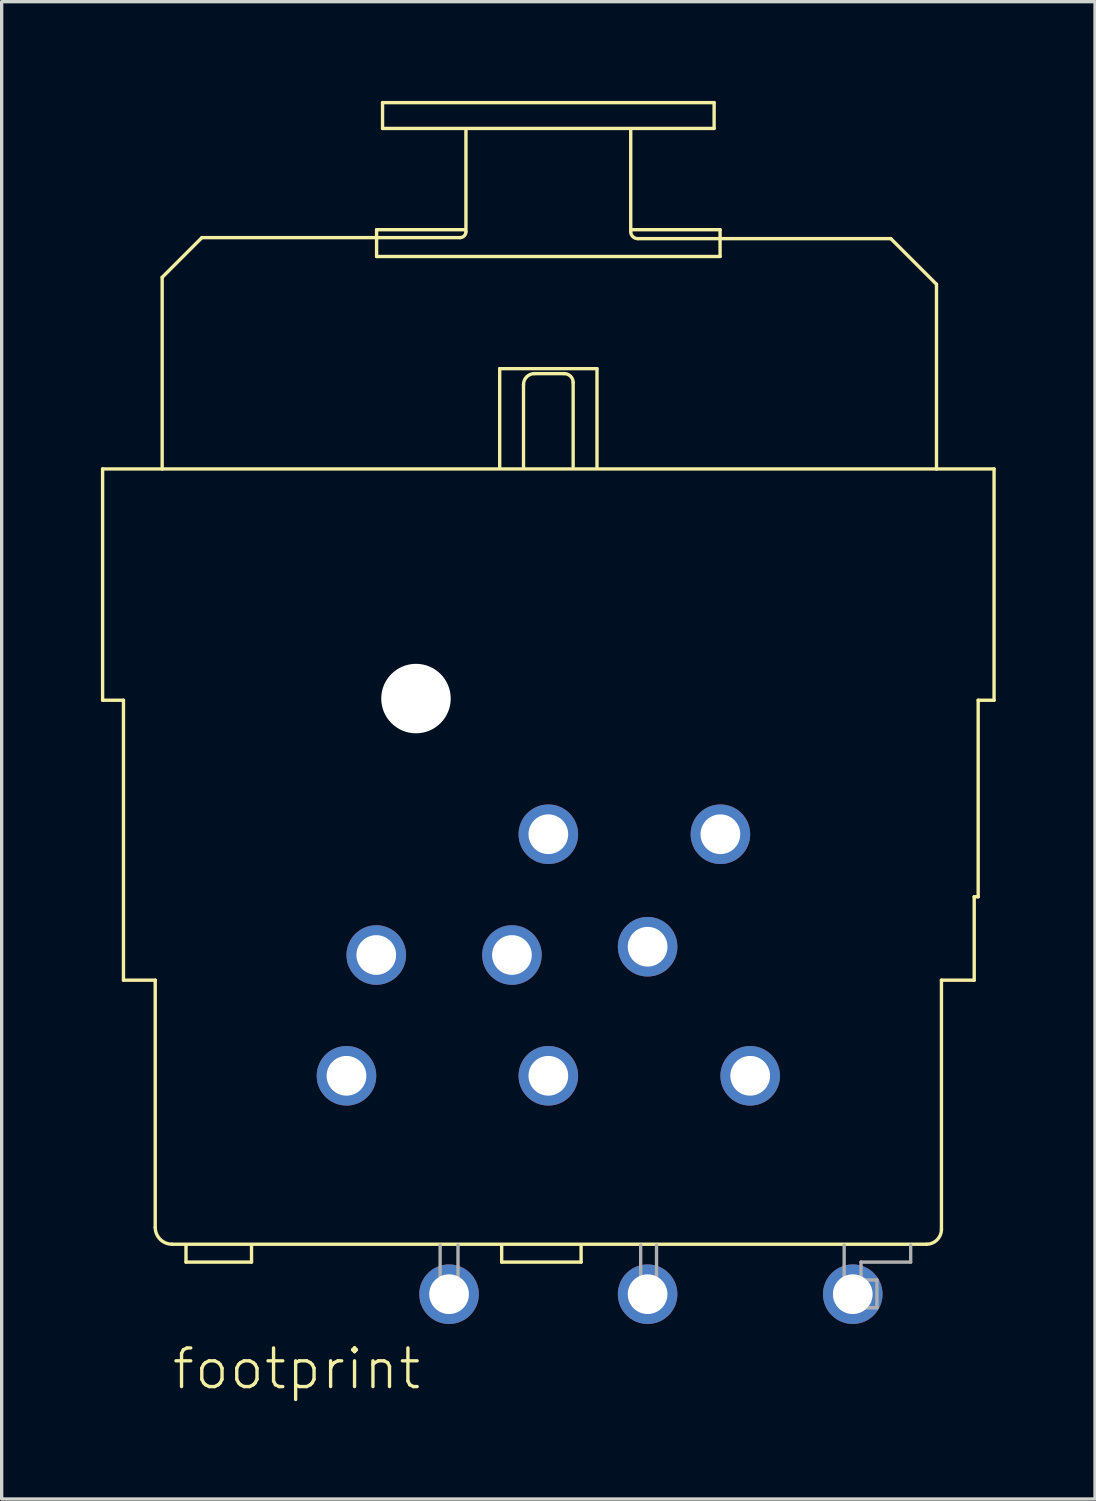
<source format=kicad_pcb>
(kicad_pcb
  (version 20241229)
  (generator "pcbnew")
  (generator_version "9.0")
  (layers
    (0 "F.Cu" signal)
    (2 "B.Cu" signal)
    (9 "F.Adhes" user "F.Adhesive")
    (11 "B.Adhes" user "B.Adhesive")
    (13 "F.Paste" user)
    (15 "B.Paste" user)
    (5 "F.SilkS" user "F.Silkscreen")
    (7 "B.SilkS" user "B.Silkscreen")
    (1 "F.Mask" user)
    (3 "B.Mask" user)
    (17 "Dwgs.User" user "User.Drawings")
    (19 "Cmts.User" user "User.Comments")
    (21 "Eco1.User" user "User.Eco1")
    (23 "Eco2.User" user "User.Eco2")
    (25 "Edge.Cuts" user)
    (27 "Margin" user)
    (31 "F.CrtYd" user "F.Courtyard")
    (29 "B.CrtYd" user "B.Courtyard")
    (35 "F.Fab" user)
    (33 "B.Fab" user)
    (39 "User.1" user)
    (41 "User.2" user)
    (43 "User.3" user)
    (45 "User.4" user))
  (footprint "footprint"
    (layer "F.Cu")
    (at 13.521 11.061)
    (property "Reference" "footprint" (at -11.43 27.94 0) (layer "F.SilkS") (effects (font (size 1.168 1.168) (thickness 0.102)) (justify left bottom)))
    (fp_line (start -13.47 0.06) (end -13.47 7.05) (stroke (width 0.102) (type solid)) (layer "F.SilkS"))
    (fp_line (start -13.47 7.05) (end -12.84 7.05) (stroke (width 0.102) (type solid)) (layer "F.SilkS"))
    (fp_line (start -12.84 7.05) (end -12.84 15.51) (stroke (width 0.102) (type solid)) (layer "F.SilkS"))
    (fp_line (start -12.84 15.51) (end -11.88 15.51) (stroke (width 0.102) (type solid)) (layer "F.SilkS"))
    (fp_line (start -11.88 15.51) (end -11.88 22.98) (stroke (width 0.102) (type solid)) (layer "F.SilkS"))
    (fp_line (start -11.67 -5.73) (end -11.67 0.06) (stroke (width 0.102) (type solid)) (layer "F.SilkS"))
    (fp_line (start -11.67 0.06) (end -13.47 0.06) (stroke (width 0.102) (type solid)) (layer "F.SilkS"))
    (fp_line (start -11.37 23.49) (end 11.43 23.49) (stroke (width 0.102) (type solid)) (layer "F.SilkS"))
    (fp_line (start -10.95 24.03) (end -10.95 23.52) (stroke (width 0.102) (type solid)) (layer "F.SilkS"))
    (fp_line (start -10.47 -6.93) (end -11.67 -5.73) (stroke (width 0.102) (type solid)) (layer "F.SilkS"))
    (fp_line (start -8.97 23.55) (end -8.97 24.03) (stroke (width 0.102) (type solid)) (layer "F.SilkS"))
    (fp_line (start -8.97 24.03) (end -10.95 24.03) (stroke (width 0.102) (type solid)) (layer "F.SilkS"))
    (fp_line (start -5.19 -7.17) (end -2.52 -7.17) (stroke (width 0.102) (type solid)) (layer "F.SilkS"))
    (fp_line (start -5.19 -6.93) (end -10.47 -6.93) (stroke (width 0.102) (type solid)) (layer "F.SilkS"))
    (fp_line (start -5.19 -6.93) (end -5.19 -7.17) (stroke (width 0.102) (type solid)) (layer "F.SilkS"))
    (fp_line (start -5.19 -6.9) (end -5.19 -6.36) (stroke (width 0.102) (type solid)) (layer "F.SilkS"))
    (fp_line (start -5.19 -6.36) (end 5.19 -6.36) (stroke (width 0.102) (type solid)) (layer "F.SilkS"))
    (fp_line (start -5.01 -11.01) (end 5.01 -11.01) (stroke (width 0.102) (type solid)) (layer "F.SilkS"))
    (fp_line (start -5.01 -10.23) (end -5.01 -11.01) (stroke (width 0.102) (type solid)) (layer "F.SilkS"))
    (fp_line (start -2.67 -6.93) (end -5.19 -6.93) (stroke (width 0.102) (type solid)) (layer "F.SilkS"))
    (fp_line (start -2.49 -10.17) (end -2.49 -7.11) (stroke (width 0.102) (type solid)) (layer "F.SilkS"))
    (fp_line (start -1.47 -2.97) (end -1.47 0.03) (stroke (width 0.102) (type solid)) (layer "F.SilkS"))
    (fp_line (start -1.41 24.03) (end -1.41 23.52) (stroke (width 0.102) (type solid)) (layer "F.SilkS"))
    (fp_line (start -0.75 -2.49) (end -0.75 0) (stroke (width 0.102) (type solid)) (layer "F.SilkS"))
    (fp_line (start 0.48 -2.82) (end -0.42 -2.82) (stroke (width 0.102) (type solid)) (layer "F.SilkS"))
    (fp_line (start 0.75 0) (end 0.75 -2.55) (stroke (width 0.102) (type solid)) (layer "F.SilkS"))
    (fp_line (start 0.99 23.55) (end 0.99 24.03) (stroke (width 0.102) (type solid)) (layer "F.SilkS"))
    (fp_line (start 0.99 24.03) (end -1.41 24.03) (stroke (width 0.102) (type solid)) (layer "F.SilkS"))
    (fp_line (start 1.47 -2.97) (end -1.47 -2.97) (stroke (width 0.102) (type solid)) (layer "F.SilkS"))
    (fp_line (start 1.47 0.03) (end 1.47 -2.97) (stroke (width 0.102) (type solid)) (layer "F.SilkS"))
    (fp_line (start 2.49 -7.11) (end 2.49 -10.17) (stroke (width 0.102) (type solid)) (layer "F.SilkS"))
    (fp_line (start 5.01 -11.01) (end 5.01 -10.23) (stroke (width 0.102) (type solid)) (layer "F.SilkS"))
    (fp_line (start 5.01 -10.23) (end -5.01 -10.23) (stroke (width 0.102) (type solid)) (layer "F.SilkS"))
    (fp_line (start 5.19 -7.17) (end 2.55 -7.17) (stroke (width 0.102) (type solid)) (layer "F.SilkS"))
    (fp_line (start 5.19 -6.9) (end 2.7 -6.9) (stroke (width 0.102) (type solid)) (layer "F.SilkS"))
    (fp_line (start 5.19 -6.9) (end 5.19 -7.17) (stroke (width 0.102) (type solid)) (layer "F.SilkS"))
    (fp_line (start 5.19 -6.36) (end 5.19 -6.87) (stroke (width 0.102) (type solid)) (layer "F.SilkS"))
    (fp_line (start 10.35 -6.9) (end 5.19 -6.9) (stroke (width 0.102) (type solid)) (layer "F.SilkS"))
    (fp_line (start 11.73 -5.52) (end 10.35 -6.9) (stroke (width 0.102) (type solid)) (layer "F.SilkS"))
    (fp_line (start 11.73 0.06) (end -11.64 0.06) (stroke (width 0.102) (type solid)) (layer "F.SilkS"))
    (fp_line (start 11.73 0.06) (end 11.73 -5.52) (stroke (width 0.102) (type solid)) (layer "F.SilkS"))
    (fp_line (start 11.88 15.51) (end 12.87 15.51) (stroke (width 0.102) (type solid)) (layer "F.SilkS"))
    (fp_line (start 11.88 23.04) (end 11.88 15.51) (stroke (width 0.102) (type solid)) (layer "F.SilkS"))
    (fp_line (start 12.87 12.99) (end 12.99 12.99) (stroke (width 0.102) (type solid)) (layer "F.SilkS"))
    (fp_line (start 12.87 15.51) (end 12.87 12.99) (stroke (width 0.102) (type solid)) (layer "F.SilkS"))
    (fp_line (start 12.99 7.05) (end 13.47 7.05) (stroke (width 0.102) (type solid)) (layer "F.SilkS"))
    (fp_line (start 12.99 12.99) (end 12.99 7.05) (stroke (width 0.102) (type solid)) (layer "F.SilkS"))
    (fp_line (start 13.47 0.06) (end 11.73 0.06) (stroke (width 0.102) (type solid)) (layer "F.SilkS"))
    (fp_line (start 13.47 7.05) (end 13.47 0.06) (stroke (width 0.102) (type solid)) (layer "F.SilkS"))
    (fp_arc (start -11.37 23.49) (mid -11.730624 23.340624) (end -11.88 22.98) (stroke (width 0.1016) (type solid)) (layer "F.SilkS"))
    (fp_arc (start -2.49 -7.11) (mid -2.542721 -6.982721) (end -2.67 -6.93) (stroke (width 0.1016) (type solid)) (layer "F.SilkS"))
    (fp_arc (start -0.75 -2.49) (mid -0.653345 -2.723345) (end -0.42 -2.82) (stroke (width 0.1016) (type solid)) (layer "F.SilkS"))
    (fp_arc (start 0.48 -2.82) (mid 0.670919 -2.740919) (end 0.75 -2.55) (stroke (width 0.1016) (type solid)) (layer "F.SilkS"))
    (fp_arc (start 2.7 -6.9) (mid 2.551508 -6.961508) (end 2.49 -7.11) (stroke (width 0.1016) (type solid)) (layer "F.SilkS"))
    (fp_arc (start 11.88 23.04) (mid 11.748198 23.358198) (end 11.43 23.49) (stroke (width 0.1016) (type solid)) (layer "F.SilkS"))
    (fp_line (start -3.27 25.41) (end -3.27 23.52) (stroke (width 0.102) (type solid)) (layer "F.Fab"))
    (fp_line (start -2.73 23.52) (end -2.73 25.41) (stroke (width 0.102) (type solid)) (layer "F.Fab"))
    (fp_line (start -2.73 25.41) (end -3.27 25.41) (stroke (width 0.102) (type solid)) (layer "F.Fab"))
    (fp_line (start 2.79 25.41) (end 2.79 23.52) (stroke (width 0.102) (type solid)) (layer "F.Fab"))
    (fp_line (start 3.27 23.52) (end 3.27 25.41) (stroke (width 0.102) (type solid)) (layer "F.Fab"))
    (fp_line (start 3.27 25.41) (end 2.79 25.41) (stroke (width 0.102) (type solid)) (layer "F.Fab"))
    (fp_line (start 8.94 23.52) (end 8.94 25.41) (stroke (width 0.102) (type solid)) (layer "F.Fab"))
    (fp_line (start 8.94 25.41) (end 9.93 25.41) (stroke (width 0.102) (type solid)) (layer "F.Fab"))
    (fp_line (start 9.45 24.03) (end 10.95 24.03) (stroke (width 0.102) (type solid)) (layer "F.Fab"))
    (fp_line (start 9.45 24.57) (end 9.45 24.03) (stroke (width 0.102) (type solid)) (layer "F.Fab"))
    (fp_line (start 9.93 24.57) (end 9.45 24.57) (stroke (width 0.102) (type solid)) (layer "F.Fab"))
    (fp_line (start 9.93 25.41) (end 9.93 24.57) (stroke (width 0.102) (type solid)) (layer "F.Fab"))
    (fp_line (start 10.95 24.03) (end 10.95 23.52) (stroke (width 0.102) (type solid)) (layer "F.Fab"))
    (pad "" np_thru_hole circle (at -4 7) (size 2.1 2.1) (drill 2.1) (layers "*.Cu" "*.Mask"))
    (pad "1" thru_hole circle (at -6.1 18.4) (size 1.8 1.8) (drill 1.2) (layers "*.Cu" "*.Mask"))
    (pad "2" thru_hole circle (at 6.1 18.4) (size 1.8 1.8) (drill 1.2) (layers "*.Cu" "*.Mask"))
    (pad "3" thru_hole circle (at 0 18.4) (size 1.8 1.8) (drill 1.2) (layers "*.Cu" "*.Mask"))
    (pad "G" thru_hole circle (at 0 11.1) (size 1.8 1.8) (drill 1.2) (layers "*.Cu" "*.Mask"))
    (pad "GN" thru_hole circle (at -1.1 14.75) (size 1.8 1.8) (drill 1.2) (layers "*.Cu" "*.Mask"))
    (pad "R" thru_hole circle (at -5.2 14.75) (size 1.8 1.8) (drill 1.2) (layers "*.Cu" "*.Mask"))
    (pad "RS" thru_hole circle (at -3 25) (size 1.8 1.8) (drill 1.2) (layers "*.Cu" "*.Mask"))
    (pad "S" thru_hole circle (at 5.2 11.1) (size 1.8 1.8) (drill 1.2) (layers "*.Cu" "*.Mask"))
    (pad "SS" thru_hole circle (at 3 14.5) (size 1.8 1.8) (drill 1.2) (layers "*.Cu" "*.Mask"))
    (pad "T" thru_hole circle (at 9.2 25) (size 1.8 1.8) (drill 1.2) (layers "*.Cu" "*.Mask"))
    (pad "TS" thru_hole circle (at 3 25) (size 1.8 1.8) (drill 1.2) (layers "*.Cu" "*.Mask")))
  (gr_rect
    (start -3 -3)
    (end 30.042 42.251)
    (stroke (width 0.1) (type default))
    (fill no)
    (layer "Edge.Cuts")))
</source>
